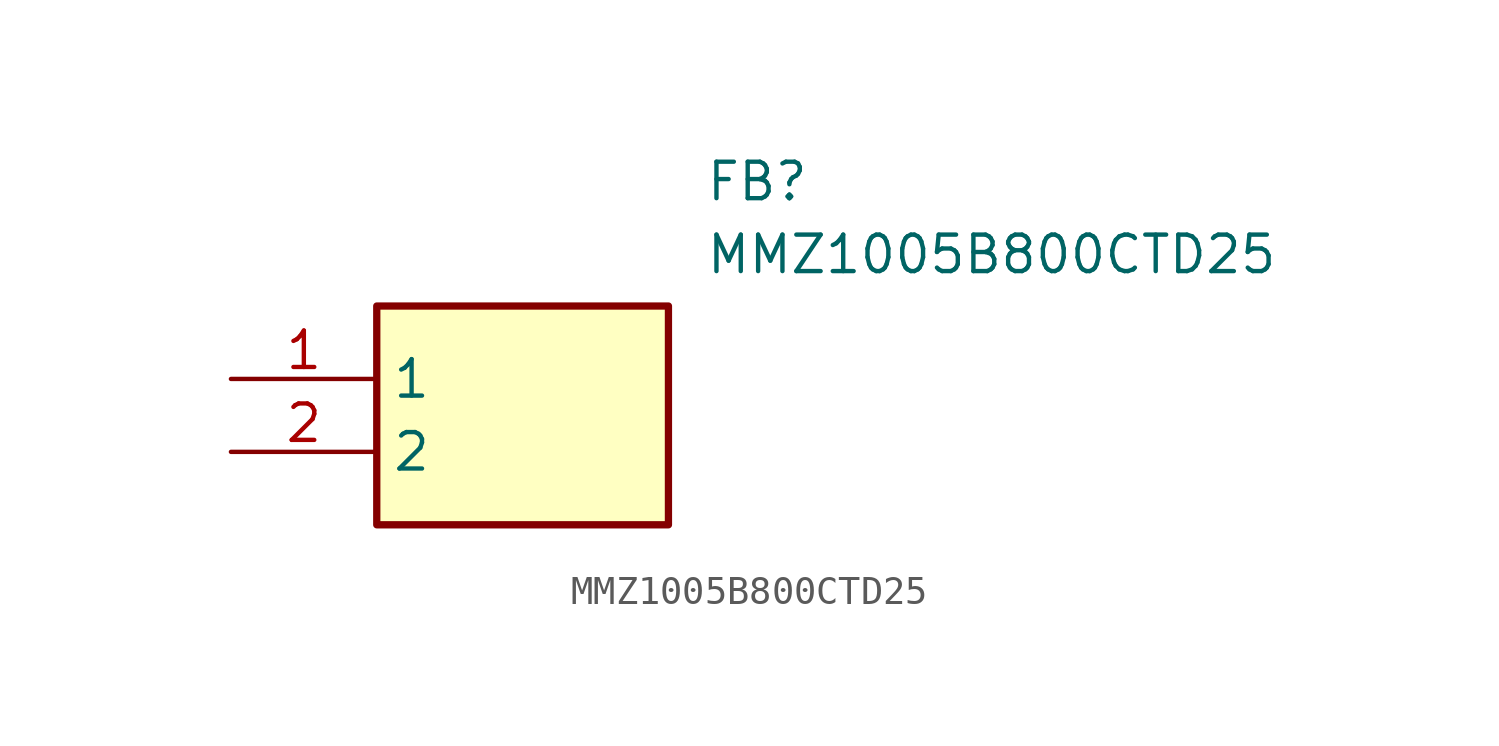
<source format=kicad_sym>
(kicad_symbol_lib
  (version 20211014)
  (generator SamacSys_ECAD_Model)
  (symbol "MMZ1005B800CTD25"
    (property "Reference" "FB"
      (at 16.51 7.62 0)
      (effects (font (size 1.27 1.27)) (justify left top)))
    (property "Value" "MMZ1005B800CTD25"
      (at 16.51 5.08 0)
      (effects (font (size 1.27 1.27)) (justify left top)))
    (rectangle
      (start 5.08 2.54)
      (end 15.24 -5.08)
      (stroke (width 0.254) (type default))
      (fill (type background)))
    (pin passive line
      (at 0 0 0)
      (length 5.08)
      (name "1" (effects (font (size 1.27 1.27))))
      (number "1" (effects (font (size 1.27 1.27)))))
    (pin passive line
      (at 0 -2.54 0)
      (length 5.08)
      (name "2" (effects (font (size 1.27 1.27))))
      (number "2" (effects (font (size 1.27 1.27)))))))
</source>
